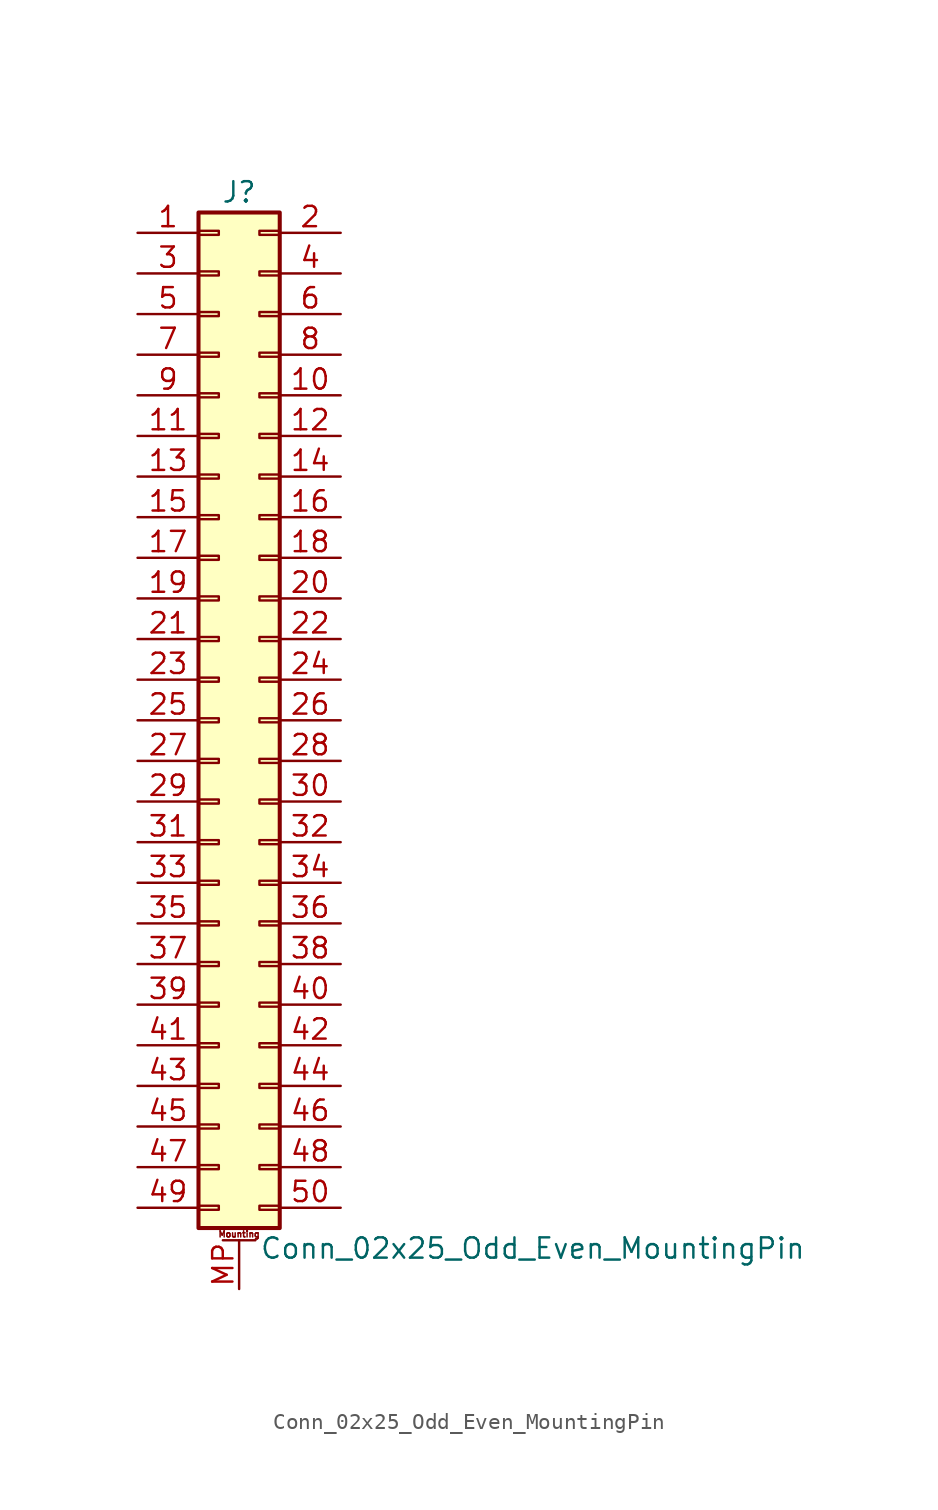
<source format=kicad_sym>
(kicad_symbol_lib
  (version 20201005)
  (generator kicad_symbol_editor)
  (symbol "Connector_Generic_MountingPin:Conn_02x25_Odd_Even_MountingPin"
    (pin_names
      (offset 1.016) hide)
    (property "Reference" "J"
      (at 1.27 33.02 0)
      (effects (font (size 1.27 1.27))))
    (property "Value" "Conn_02x25_Odd_Even_MountingPin"
      (at 2.54 -33.02 0)
      (effects (font (size 1.27 1.27)) (justify left)))
    (symbol "Conn_02x25_Odd_Even_MountingPin_1_1"
      (text "Mounting" (at 1.27 -32.131 0) (effects (font (size 0.381 0.381))))
      (rectangle (start -1.27 -27.813) (end 0 -28.067) (stroke (width 0.152)) (fill (type none)))
      (rectangle (start -1.27 -30.353) (end 0 -30.607) (stroke (width 0.152)) (fill (type none)))
      (rectangle (start -1.27 -4.953) (end 0 -5.207) (stroke (width 0.152)) (fill (type none)))
      (rectangle (start -1.27 -7.493) (end 0 -7.747) (stroke (width 0.152)) (fill (type none)))
      (rectangle (start -1.27 -10.033) (end 0 -10.287) (stroke (width 0.152)) (fill (type none)))
      (rectangle (start -1.27 -12.573) (end 0 -12.827) (stroke (width 0.152)) (fill (type none)))
      (rectangle (start -1.27 -15.113) (end 0 -15.367) (stroke (width 0.152)) (fill (type none)))
      (rectangle (start -1.27 -17.653) (end 0 -17.907) (stroke (width 0.152)) (fill (type none)))
      (rectangle (start -1.27 -20.193) (end 0 -20.447) (stroke (width 0.152)) (fill (type none)))
      (rectangle (start -1.27 -22.733) (end 0 -22.987) (stroke (width 0.152)) (fill (type none)))
      (rectangle (start -1.27 -2.413) (end 0 -2.667) (stroke (width 0.152)) (fill (type none)))
      (rectangle (start -1.27 -25.273) (end 0 -25.527) (stroke (width 0.152)) (fill (type none)))
      (rectangle (start -1.27 25.527) (end 0 25.273) (stroke (width 0.152)) (fill (type none)))
      (rectangle (start -1.27 2.667) (end 0 2.413) (stroke (width 0.152)) (fill (type none)))
      (rectangle (start -1.27 28.067) (end 0 27.813) (stroke (width 0.152)) (fill (type none)))
      (rectangle (start -1.27 30.607) (end 0 30.353) (stroke (width 0.152)) (fill (type none)))
      (rectangle (start -1.27 31.75) (end 3.81 -31.75) (stroke (width 0.254)) (fill (type background)))
      (rectangle (start -1.27 5.207) (end 0 4.953) (stroke (width 0.152)) (fill (type none)))
      (rectangle (start -1.27 7.747) (end 0 7.493) (stroke (width 0.152)) (fill (type none)))
      (rectangle (start -1.27 10.287) (end 0 10.033) (stroke (width 0.152)) (fill (type none)))
      (rectangle (start -1.27 0.127) (end 0 -0.127) (stroke (width 0.152)) (fill (type none)))
      (rectangle (start -1.27 12.827) (end 0 12.573) (stroke (width 0.152)) (fill (type none)))
      (rectangle (start -1.27 15.367) (end 0 15.113) (stroke (width 0.152)) (fill (type none)))
      (rectangle (start -1.27 17.907) (end 0 17.653) (stroke (width 0.152)) (fill (type none)))
      (rectangle (start -1.27 20.447) (end 0 20.193) (stroke (width 0.152)) (fill (type none)))
      (rectangle (start -1.27 22.987) (end 0 22.733) (stroke (width 0.152)) (fill (type none)))
      (rectangle (start 3.81 -27.813) (end 2.54 -28.067) (stroke (width 0.152)) (fill (type none)))
      (rectangle (start 3.81 -30.353) (end 2.54 -30.607) (stroke (width 0.152)) (fill (type none)))
      (rectangle (start 3.81 -4.953) (end 2.54 -5.207) (stroke (width 0.152)) (fill (type none)))
      (rectangle (start 3.81 -7.493) (end 2.54 -7.747) (stroke (width 0.152)) (fill (type none)))
      (rectangle (start 3.81 -10.033) (end 2.54 -10.287) (stroke (width 0.152)) (fill (type none)))
      (rectangle (start 3.81 -12.573) (end 2.54 -12.827) (stroke (width 0.152)) (fill (type none)))
      (rectangle (start 3.81 -15.113) (end 2.54 -15.367) (stroke (width 0.152)) (fill (type none)))
      (rectangle (start 3.81 -17.653) (end 2.54 -17.907) (stroke (width 0.152)) (fill (type none)))
      (rectangle (start 3.81 -20.193) (end 2.54 -20.447) (stroke (width 0.152)) (fill (type none)))
      (rectangle (start 3.81 -22.733) (end 2.54 -22.987) (stroke (width 0.152)) (fill (type none)))
      (rectangle (start 3.81 -2.413) (end 2.54 -2.667) (stroke (width 0.152)) (fill (type none)))
      (rectangle (start 3.81 -25.273) (end 2.54 -25.527) (stroke (width 0.152)) (fill (type none)))
      (rectangle (start 3.81 25.527) (end 2.54 25.273) (stroke (width 0.152)) (fill (type none)))
      (rectangle (start 3.81 2.667) (end 2.54 2.413) (stroke (width 0.152)) (fill (type none)))
      (rectangle (start 3.81 28.067) (end 2.54 27.813) (stroke (width 0.152)) (fill (type none)))
      (rectangle (start 3.81 30.607) (end 2.54 30.353) (stroke (width 0.152)) (fill (type none)))
      (rectangle (start 3.81 5.207) (end 2.54 4.953) (stroke (width 0.152)) (fill (type none)))
      (rectangle (start 3.81 7.747) (end 2.54 7.493) (stroke (width 0.152)) (fill (type none)))
      (rectangle (start 3.81 10.287) (end 2.54 10.033) (stroke (width 0.152)) (fill (type none)))
      (rectangle (start 3.81 0.127) (end 2.54 -0.127) (stroke (width 0.152)) (fill (type none)))
      (rectangle (start 3.81 12.827) (end 2.54 12.573) (stroke (width 0.152)) (fill (type none)))
      (rectangle (start 3.81 15.367) (end 2.54 15.113) (stroke (width 0.152)) (fill (type none)))
      (rectangle (start 3.81 17.907) (end 2.54 17.653) (stroke (width 0.152)) (fill (type none)))
      (rectangle (start 3.81 20.447) (end 2.54 20.193) (stroke (width 0.152)) (fill (type none)))
      (rectangle (start 3.81 22.987) (end 2.54 22.733) (stroke (width 0.152)) (fill (type none)))
      (polyline (pts (xy 0.254 -32.512) (xy 2.286 -32.512)) (stroke (width 0.152)) (fill (type none)))
      (pin passive line (at 1.27 -35.56 90) (length 3.048) (name "MountPin" (effects (font (size 1.27 1.27)))) (number "MP" (effects (font (size 1.27 1.27)))))
      (pin passive line (at -5.08 30.48 0) (length 3.81) (name "Pin_1" (effects (font (size 1.27 1.27)))) (number "1" (effects (font (size 1.27 1.27)))))
      (pin passive line (at 7.62 20.32 180) (length 3.81) (name "Pin_10" (effects (font (size 1.27 1.27)))) (number "10" (effects (font (size 1.27 1.27)))))
      (pin passive line (at -5.08 17.78 0) (length 3.81) (name "Pin_11" (effects (font (size 1.27 1.27)))) (number "11" (effects (font (size 1.27 1.27)))))
      (pin passive line (at 7.62 17.78 180) (length 3.81) (name "Pin_12" (effects (font (size 1.27 1.27)))) (number "12" (effects (font (size 1.27 1.27)))))
      (pin passive line (at -5.08 15.24 0) (length 3.81) (name "Pin_13" (effects (font (size 1.27 1.27)))) (number "13" (effects (font (size 1.27 1.27)))))
      (pin passive line (at 7.62 15.24 180) (length 3.81) (name "Pin_14" (effects (font (size 1.27 1.27)))) (number "14" (effects (font (size 1.27 1.27)))))
      (pin passive line (at -5.08 12.7 0) (length 3.81) (name "Pin_15" (effects (font (size 1.27 1.27)))) (number "15" (effects (font (size 1.27 1.27)))))
      (pin passive line (at 7.62 12.7 180) (length 3.81) (name "Pin_16" (effects (font (size 1.27 1.27)))) (number "16" (effects (font (size 1.27 1.27)))))
      (pin passive line (at -5.08 10.16 0) (length 3.81) (name "Pin_17" (effects (font (size 1.27 1.27)))) (number "17" (effects (font (size 1.27 1.27)))))
      (pin passive line (at 7.62 10.16 180) (length 3.81) (name "Pin_18" (effects (font (size 1.27 1.27)))) (number "18" (effects (font (size 1.27 1.27)))))
      (pin passive line (at -5.08 7.62 0) (length 3.81) (name "Pin_19" (effects (font (size 1.27 1.27)))) (number "19" (effects (font (size 1.27 1.27)))))
      (pin passive line (at 7.62 30.48 180) (length 3.81) (name "Pin_2" (effects (font (size 1.27 1.27)))) (number "2" (effects (font (size 1.27 1.27)))))
      (pin passive line (at 7.62 7.62 180) (length 3.81) (name "Pin_20" (effects (font (size 1.27 1.27)))) (number "20" (effects (font (size 1.27 1.27)))))
      (pin passive line (at -5.08 5.08 0) (length 3.81) (name "Pin_21" (effects (font (size 1.27 1.27)))) (number "21" (effects (font (size 1.27 1.27)))))
      (pin passive line (at 7.62 5.08 180) (length 3.81) (name "Pin_22" (effects (font (size 1.27 1.27)))) (number "22" (effects (font (size 1.27 1.27)))))
      (pin passive line (at -5.08 2.54 0) (length 3.81) (name "Pin_23" (effects (font (size 1.27 1.27)))) (number "23" (effects (font (size 1.27 1.27)))))
      (pin passive line (at 7.62 2.54 180) (length 3.81) (name "Pin_24" (effects (font (size 1.27 1.27)))) (number "24" (effects (font (size 1.27 1.27)))))
      (pin passive line (at -5.08 0 0) (length 3.81) (name "Pin_25" (effects (font (size 1.27 1.27)))) (number "25" (effects (font (size 1.27 1.27)))))
      (pin passive line (at 7.62 0 180) (length 3.81) (name "Pin_26" (effects (font (size 1.27 1.27)))) (number "26" (effects (font (size 1.27 1.27)))))
      (pin passive line (at -5.08 -2.54 0) (length 3.81) (name "Pin_27" (effects (font (size 1.27 1.27)))) (number "27" (effects (font (size 1.27 1.27)))))
      (pin passive line (at 7.62 -2.54 180) (length 3.81) (name "Pin_28" (effects (font (size 1.27 1.27)))) (number "28" (effects (font (size 1.27 1.27)))))
      (pin passive line (at -5.08 -5.08 0) (length 3.81) (name "Pin_29" (effects (font (size 1.27 1.27)))) (number "29" (effects (font (size 1.27 1.27)))))
      (pin passive line (at -5.08 27.94 0) (length 3.81) (name "Pin_3" (effects (font (size 1.27 1.27)))) (number "3" (effects (font (size 1.27 1.27)))))
      (pin passive line (at 7.62 -5.08 180) (length 3.81) (name "Pin_30" (effects (font (size 1.27 1.27)))) (number "30" (effects (font (size 1.27 1.27)))))
      (pin passive line (at -5.08 -7.62 0) (length 3.81) (name "Pin_31" (effects (font (size 1.27 1.27)))) (number "31" (effects (font (size 1.27 1.27)))))
      (pin passive line (at 7.62 -7.62 180) (length 3.81) (name "Pin_32" (effects (font (size 1.27 1.27)))) (number "32" (effects (font (size 1.27 1.27)))))
      (pin passive line (at -5.08 -10.16 0) (length 3.81) (name "Pin_33" (effects (font (size 1.27 1.27)))) (number "33" (effects (font (size 1.27 1.27)))))
      (pin passive line (at 7.62 -10.16 180) (length 3.81) (name "Pin_34" (effects (font (size 1.27 1.27)))) (number "34" (effects (font (size 1.27 1.27)))))
      (pin passive line (at -5.08 -12.7 0) (length 3.81) (name "Pin_35" (effects (font (size 1.27 1.27)))) (number "35" (effects (font (size 1.27 1.27)))))
      (pin passive line (at 7.62 -12.7 180) (length 3.81) (name "Pin_36" (effects (font (size 1.27 1.27)))) (number "36" (effects (font (size 1.27 1.27)))))
      (pin passive line (at -5.08 -15.24 0) (length 3.81) (name "Pin_37" (effects (font (size 1.27 1.27)))) (number "37" (effects (font (size 1.27 1.27)))))
      (pin passive line (at 7.62 -15.24 180) (length 3.81) (name "Pin_38" (effects (font (size 1.27 1.27)))) (number "38" (effects (font (size 1.27 1.27)))))
      (pin passive line (at -5.08 -17.78 0) (length 3.81) (name "Pin_39" (effects (font (size 1.27 1.27)))) (number "39" (effects (font (size 1.27 1.27)))))
      (pin passive line (at 7.62 27.94 180) (length 3.81) (name "Pin_4" (effects (font (size 1.27 1.27)))) (number "4" (effects (font (size 1.27 1.27)))))
      (pin passive line (at 7.62 -17.78 180) (length 3.81) (name "Pin_40" (effects (font (size 1.27 1.27)))) (number "40" (effects (font (size 1.27 1.27)))))
      (pin passive line (at -5.08 -20.32 0) (length 3.81) (name "Pin_41" (effects (font (size 1.27 1.27)))) (number "41" (effects (font (size 1.27 1.27)))))
      (pin passive line (at 7.62 -20.32 180) (length 3.81) (name "Pin_42" (effects (font (size 1.27 1.27)))) (number "42" (effects (font (size 1.27 1.27)))))
      (pin passive line (at -5.08 -22.86 0) (length 3.81) (name "Pin_43" (effects (font (size 1.27 1.27)))) (number "43" (effects (font (size 1.27 1.27)))))
      (pin passive line (at 7.62 -22.86 180) (length 3.81) (name "Pin_44" (effects (font (size 1.27 1.27)))) (number "44" (effects (font (size 1.27 1.27)))))
      (pin passive line (at -5.08 -25.4 0) (length 3.81) (name "Pin_45" (effects (font (size 1.27 1.27)))) (number "45" (effects (font (size 1.27 1.27)))))
      (pin passive line (at 7.62 -25.4 180) (length 3.81) (name "Pin_46" (effects (font (size 1.27 1.27)))) (number "46" (effects (font (size 1.27 1.27)))))
      (pin passive line (at -5.08 -27.94 0) (length 3.81) (name "Pin_47" (effects (font (size 1.27 1.27)))) (number "47" (effects (font (size 1.27 1.27)))))
      (pin passive line (at 7.62 -27.94 180) (length 3.81) (name "Pin_48" (effects (font (size 1.27 1.27)))) (number "48" (effects (font (size 1.27 1.27)))))
      (pin passive line (at -5.08 -30.48 0) (length 3.81) (name "Pin_49" (effects (font (size 1.27 1.27)))) (number "49" (effects (font (size 1.27 1.27)))))
      (pin passive line (at -5.08 25.4 0) (length 3.81) (name "Pin_5" (effects (font (size 1.27 1.27)))) (number "5" (effects (font (size 1.27 1.27)))))
      (pin passive line (at 7.62 -30.48 180) (length 3.81) (name "Pin_50" (effects (font (size 1.27 1.27)))) (number "50" (effects (font (size 1.27 1.27)))))
      (pin passive line (at 7.62 25.4 180) (length 3.81) (name "Pin_6" (effects (font (size 1.27 1.27)))) (number "6" (effects (font (size 1.27 1.27)))))
      (pin passive line (at -5.08 22.86 0) (length 3.81) (name "Pin_7" (effects (font (size 1.27 1.27)))) (number "7" (effects (font (size 1.27 1.27)))))
      (pin passive line (at 7.62 22.86 180) (length 3.81) (name "Pin_8" (effects (font (size 1.27 1.27)))) (number "8" (effects (font (size 1.27 1.27)))))
      (pin passive line (at -5.08 20.32 0) (length 3.81) (name "Pin_9" (effects (font (size 1.27 1.27)))) (number "9" (effects (font (size 1.27 1.27))))))))
</source>
